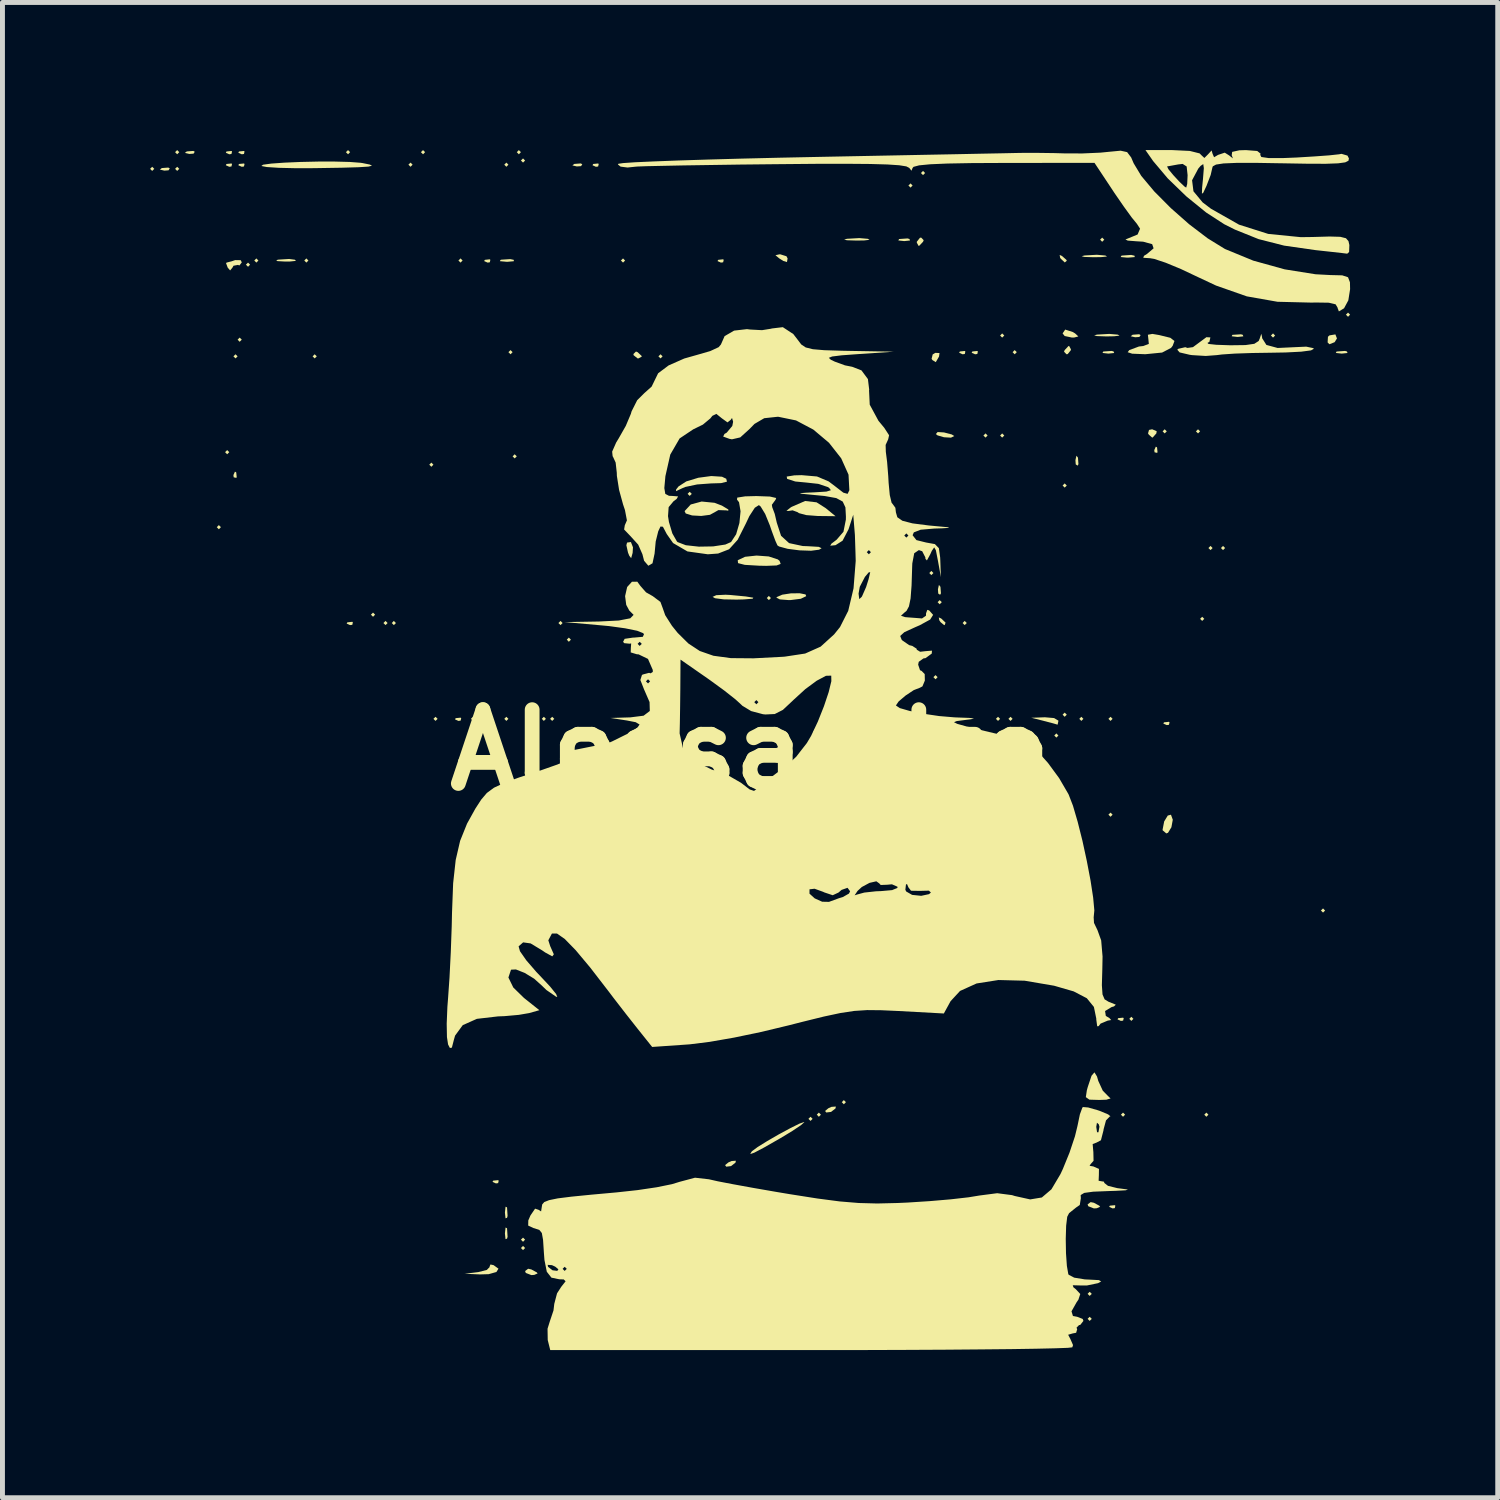
<source format=kicad_pcb>
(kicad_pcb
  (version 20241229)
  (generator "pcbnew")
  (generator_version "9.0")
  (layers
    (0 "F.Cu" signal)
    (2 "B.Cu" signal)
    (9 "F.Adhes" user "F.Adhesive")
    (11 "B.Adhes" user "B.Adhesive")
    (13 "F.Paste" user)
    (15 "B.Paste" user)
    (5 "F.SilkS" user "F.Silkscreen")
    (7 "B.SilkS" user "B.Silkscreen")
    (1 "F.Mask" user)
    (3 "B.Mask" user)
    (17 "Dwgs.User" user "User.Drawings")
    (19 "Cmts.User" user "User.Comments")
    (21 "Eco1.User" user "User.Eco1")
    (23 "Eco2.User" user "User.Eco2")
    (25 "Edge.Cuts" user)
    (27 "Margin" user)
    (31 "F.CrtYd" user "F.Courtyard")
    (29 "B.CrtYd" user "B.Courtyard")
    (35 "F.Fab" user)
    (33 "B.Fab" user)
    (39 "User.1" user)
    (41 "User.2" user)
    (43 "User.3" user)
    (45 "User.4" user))
  (footprint "Alessandro"
    (layer "F.Cu")
    (at 12.192 12.192)
    (property "Reference" "Alessandro" (at 0 0 0) (layer "F.SilkS") (effects (font (size 1.5 1.5) (thickness 0.3))))
    (attr board_only exclude_from_pos_files exclude_from_bom)
    (fp_poly (pts (xy -12.107 -11.811) (xy -12.15 -11.769) (xy -12.192 -11.811) (xy -12.15 -11.853)) (stroke (width 0) (type solid)) (fill yes) (layer "F.SilkS"))
    (fp_poly (pts (xy -11.599 -12.15) (xy -11.642 -12.107) (xy -11.684 -12.15) (xy -11.642 -12.192)) (stroke (width 0) (type solid)) (fill yes) (layer "F.SilkS"))
    (fp_poly (pts (xy -11.599 -11.811) (xy -11.642 -11.769) (xy -11.684 -11.811) (xy -11.642 -11.853)) (stroke (width 0) (type solid)) (fill yes) (layer "F.SilkS"))
    (fp_poly (pts (xy -10.753 -4.53) (xy -10.795 -4.487) (xy -10.837 -4.53) (xy -10.795 -4.572)) (stroke (width 0) (type solid)) (fill yes) (layer "F.SilkS"))
    (fp_poly (pts (xy -10.583 -6.054) (xy -10.626 -6.011) (xy -10.668 -6.054) (xy -10.626 -6.096)) (stroke (width 0) (type solid)) (fill yes) (layer "F.SilkS"))
    (fp_poly (pts (xy -10.414 -8.001) (xy -10.456 -7.959) (xy -10.499 -8.001) (xy -10.456 -8.043)) (stroke (width 0) (type solid)) (fill yes) (layer "F.SilkS"))
    (fp_poly (pts (xy -10.329 -8.34) (xy -10.372 -8.297) (xy -10.414 -8.34) (xy -10.372 -8.382)) (stroke (width 0) (type solid)) (fill yes) (layer "F.SilkS"))
    (fp_poly (pts (xy -10.16 -9.864) (xy -10.202 -9.821) (xy -10.245 -9.864) (xy -10.202 -9.906)) (stroke (width 0) (type solid)) (fill yes) (layer "F.SilkS"))
    (fp_poly (pts (xy -9.991 -9.948) (xy -10.033 -9.906) (xy -10.075 -9.948) (xy -10.033 -9.991)) (stroke (width 0) (type solid)) (fill yes) (layer "F.SilkS"))
    (fp_poly (pts (xy -8.975 -9.948) (xy -9.017 -9.906) (xy -9.059 -9.948) (xy -9.017 -9.991)) (stroke (width 0) (type solid)) (fill yes) (layer "F.SilkS"))
    (fp_poly (pts (xy -8.805 -8.001) (xy -8.848 -7.959) (xy -8.89 -8.001) (xy -8.848 -8.043)) (stroke (width 0) (type solid)) (fill yes) (layer "F.SilkS"))
    (fp_poly (pts (xy -8.128 -12.15) (xy -8.17 -12.107) (xy -8.213 -12.15) (xy -8.17 -12.192)) (stroke (width 0) (type solid)) (fill yes) (layer "F.SilkS"))
    (fp_poly (pts (xy -7.62 -2.752) (xy -7.662 -2.709) (xy -7.705 -2.752) (xy -7.662 -2.794)) (stroke (width 0) (type solid)) (fill yes) (layer "F.SilkS"))
    (fp_poly (pts (xy -7.366 -2.582) (xy -7.408 -2.54) (xy -7.451 -2.582) (xy -7.408 -2.625)) (stroke (width 0) (type solid)) (fill yes) (layer "F.SilkS"))
    (fp_poly (pts (xy -7.197 -2.582) (xy -7.239 -2.54) (xy -7.281 -2.582) (xy -7.239 -2.625)) (stroke (width 0) (type solid)) (fill yes) (layer "F.SilkS"))
    (fp_poly (pts (xy -6.858 -11.896) (xy -6.9 -11.853) (xy -6.943 -11.896) (xy -6.9 -11.938)) (stroke (width 0) (type solid)) (fill yes) (layer "F.SilkS"))
    (fp_poly (pts (xy -6.604 -12.15) (xy -6.646 -12.107) (xy -6.689 -12.15) (xy -6.646 -12.192)) (stroke (width 0) (type solid)) (fill yes) (layer "F.SilkS"))
    (fp_poly (pts (xy -6.435 -5.8) (xy -6.477 -5.757) (xy -6.519 -5.8) (xy -6.477 -5.842)) (stroke (width 0) (type solid)) (fill yes) (layer "F.SilkS"))
    (fp_poly (pts (xy -6.35 -0.635) (xy -6.392 -0.593) (xy -6.435 -0.635) (xy -6.392 -0.677)) (stroke (width 0) (type solid)) (fill yes) (layer "F.SilkS"))
    (fp_poly (pts (xy -5.842 -9.948) (xy -5.884 -9.906) (xy -5.927 -9.948) (xy -5.884 -9.991)) (stroke (width 0) (type solid)) (fill yes) (layer "F.SilkS"))
    (fp_poly (pts (xy -5.588 -0.635) (xy -5.63 -0.593) (xy -5.673 -0.635) (xy -5.63 -0.677)) (stroke (width 0) (type solid)) (fill yes) (layer "F.SilkS"))
    (fp_poly (pts (xy -4.911 -11.896) (xy -4.953 -11.853) (xy -4.995 -11.896) (xy -4.953 -11.938)) (stroke (width 0) (type solid)) (fill yes) (layer "F.SilkS"))
    (fp_poly (pts (xy -4.911 -0.635) (xy -4.953 -0.593) (xy -4.995 -0.635) (xy -4.953 -0.677)) (stroke (width 0) (type solid)) (fill yes) (layer "F.SilkS"))
    (fp_poly (pts (xy -4.826 -8.086) (xy -4.868 -8.043) (xy -4.911 -8.086) (xy -4.868 -8.128)) (stroke (width 0) (type solid)) (fill yes) (layer "F.SilkS"))
    (fp_poly (pts (xy -4.741 -5.969) (xy -4.784 -5.927) (xy -4.826 -5.969) (xy -4.784 -6.011)) (stroke (width 0) (type solid)) (fill yes) (layer "F.SilkS"))
    (fp_poly (pts (xy -4.657 -12.15) (xy -4.699 -12.107) (xy -4.741 -12.15) (xy -4.699 -12.192)) (stroke (width 0) (type solid)) (fill yes) (layer "F.SilkS"))
    (fp_poly (pts (xy -4.572 -11.98) (xy -4.614 -11.938) (xy -4.657 -11.98) (xy -4.614 -12.023)) (stroke (width 0) (type solid)) (fill yes) (layer "F.SilkS"))
    (fp_poly (pts (xy -4.572 9.948) (xy -4.614 9.991) (xy -4.657 9.948) (xy -4.614 9.906)) (stroke (width 0) (type solid)) (fill yes) (layer "F.SilkS"))
    (fp_poly (pts (xy -4.572 10.118) (xy -4.614 10.16) (xy -4.657 10.118) (xy -4.614 10.075)) (stroke (width 0) (type solid)) (fill yes) (layer "F.SilkS"))
    (fp_poly (pts (xy -4.149 -0.635) (xy -4.191 -0.593) (xy -4.233 -0.635) (xy -4.191 -0.677)) (stroke (width 0) (type solid)) (fill yes) (layer "F.SilkS"))
    (fp_poly (pts (xy -3.979 -0.635) (xy -4.022 -0.593) (xy -4.064 -0.635) (xy -4.022 -0.677)) (stroke (width 0) (type solid)) (fill yes) (layer "F.SilkS"))
    (fp_poly (pts (xy -3.81 -2.582) (xy -3.852 -2.54) (xy -3.895 -2.582) (xy -3.852 -2.625)) (stroke (width 0) (type solid)) (fill yes) (layer "F.SilkS"))
    (fp_poly (pts (xy -3.641 -2.244) (xy -3.683 -2.201) (xy -3.725 -2.244) (xy -3.683 -2.286)) (stroke (width 0) (type solid)) (fill yes) (layer "F.SilkS"))
    (fp_poly (pts (xy -2.54 -9.948) (xy -2.582 -9.906) (xy -2.625 -9.948) (xy -2.582 -9.991)) (stroke (width 0) (type solid)) (fill yes) (layer "F.SilkS"))
    (fp_poly (pts (xy -1.778 -8.001) (xy -1.82 -7.959) (xy -1.863 -8.001) (xy -1.82 -8.043)) (stroke (width 0) (type solid)) (fill yes) (layer "F.SilkS"))
    (fp_poly (pts (xy -1.185 -5.207) (xy -1.228 -5.165) (xy -1.27 -5.207) (xy -1.228 -5.249)) (stroke (width 0) (type solid)) (fill yes) (layer "F.SilkS"))
    (fp_poly (pts (xy 0.423 -3.09) (xy 0.381 -3.048) (xy 0.339 -3.09) (xy 0.381 -3.133)) (stroke (width 0) (type solid)) (fill yes) (layer "F.SilkS"))
    (fp_poly (pts (xy 1.27 7.493) (xy 1.228 7.535) (xy 1.185 7.493) (xy 1.228 7.451)) (stroke (width 0) (type solid)) (fill yes) (layer "F.SilkS"))
    (fp_poly (pts (xy 1.439 7.408) (xy 1.397 7.451) (xy 1.355 7.408) (xy 1.397 7.366)) (stroke (width 0) (type solid)) (fill yes) (layer "F.SilkS"))
    (fp_poly (pts (xy 1.947 7.154) (xy 1.905 7.197) (xy 1.863 7.154) (xy 1.905 7.112)) (stroke (width 0) (type solid)) (fill yes) (layer "F.SilkS"))
    (fp_poly (pts (xy 3.302 -11.472) (xy 3.26 -11.43) (xy 3.217 -11.472) (xy 3.26 -11.515)) (stroke (width 0) (type solid)) (fill yes) (layer "F.SilkS"))
    (fp_poly (pts (xy 3.556 -11.726) (xy 3.514 -11.684) (xy 3.471 -11.726) (xy 3.514 -11.769)) (stroke (width 0) (type solid)) (fill yes) (layer "F.SilkS"))
    (fp_poly (pts (xy 3.725 -3.598) (xy 3.683 -3.556) (xy 3.641 -3.598) (xy 3.683 -3.641)) (stroke (width 0) (type solid)) (fill yes) (layer "F.SilkS"))
    (fp_poly (pts (xy 3.81 -1.482) (xy 3.768 -1.439) (xy 3.725 -1.482) (xy 3.768 -1.524)) (stroke (width 0) (type solid)) (fill yes) (layer "F.SilkS"))
    (fp_poly (pts (xy 3.895 -3.006) (xy 3.852 -2.963) (xy 3.81 -3.006) (xy 3.852 -3.048)) (stroke (width 0) (type solid)) (fill yes) (layer "F.SilkS"))
    (fp_poly (pts (xy 4.403 -2.582) (xy 4.36 -2.54) (xy 4.318 -2.582) (xy 4.36 -2.625)) (stroke (width 0) (type solid)) (fill yes) (layer "F.SilkS"))
    (fp_poly (pts (xy 4.826 -6.392) (xy 4.784 -6.35) (xy 4.741 -6.392) (xy 4.784 -6.435)) (stroke (width 0) (type solid)) (fill yes) (layer "F.SilkS"))
    (fp_poly (pts (xy 5.08 -0.635) (xy 5.038 -0.593) (xy 4.995 -0.635) (xy 5.038 -0.677)) (stroke (width 0) (type solid)) (fill yes) (layer "F.SilkS"))
    (fp_poly (pts (xy 5.165 -8.424) (xy 5.122 -8.382) (xy 5.08 -8.424) (xy 5.122 -8.467)) (stroke (width 0) (type solid)) (fill yes) (layer "F.SilkS"))
    (fp_poly (pts (xy 5.165 -6.392) (xy 5.122 -6.35) (xy 5.08 -6.392) (xy 5.122 -6.435)) (stroke (width 0) (type solid)) (fill yes) (layer "F.SilkS"))
    (fp_poly (pts (xy 5.334 -0.635) (xy 5.292 -0.593) (xy 5.249 -0.635) (xy 5.292 -0.677)) (stroke (width 0) (type solid)) (fill yes) (layer "F.SilkS"))
    (fp_poly (pts (xy 5.419 -8.086) (xy 5.376 -8.043) (xy 5.334 -8.086) (xy 5.376 -8.128)) (stroke (width 0) (type solid)) (fill yes) (layer "F.SilkS"))
    (fp_poly (pts (xy 6.265 -0.296) (xy 6.223 -0.254) (xy 6.181 -0.296) (xy 6.223 -0.339)) (stroke (width 0) (type solid)) (fill yes) (layer "F.SilkS"))
    (fp_poly (pts (xy 6.435 -5.376) (xy 6.392 -5.334) (xy 6.35 -5.376) (xy 6.392 -5.419)) (stroke (width 0) (type solid)) (fill yes) (layer "F.SilkS"))
    (fp_poly (pts (xy 6.435 -0.72) (xy 6.392 -0.677) (xy 6.35 -0.72) (xy 6.392 -0.762)) (stroke (width 0) (type solid)) (fill yes) (layer "F.SilkS"))
    (fp_poly (pts (xy 6.773 -0.635) (xy 6.731 -0.593) (xy 6.689 -0.635) (xy 6.731 -0.677)) (stroke (width 0) (type solid)) (fill yes) (layer "F.SilkS"))
    (fp_poly (pts (xy 6.943 11.049) (xy 6.9 11.091) (xy 6.858 11.049) (xy 6.9 11.007)) (stroke (width 0) (type solid)) (fill yes) (layer "F.SilkS"))
    (fp_poly (pts (xy 6.943 11.557) (xy 6.9 11.599) (xy 6.858 11.557) (xy 6.9 11.515)) (stroke (width 0) (type solid)) (fill yes) (layer "F.SilkS"))
    (fp_poly (pts (xy 7.197 -10.372) (xy 7.154 -10.329) (xy 7.112 -10.372) (xy 7.154 -10.414)) (stroke (width 0) (type solid)) (fill yes) (layer "F.SilkS"))
    (fp_poly (pts (xy 7.366 -0.635) (xy 7.324 -0.593) (xy 7.281 -0.635) (xy 7.324 -0.677)) (stroke (width 0) (type solid)) (fill yes) (layer "F.SilkS"))
    (fp_poly (pts (xy 7.366 1.312) (xy 7.324 1.355) (xy 7.281 1.312) (xy 7.324 1.27)) (stroke (width 0) (type solid)) (fill yes) (layer "F.SilkS"))
    (fp_poly (pts (xy 7.62 7.408) (xy 7.578 7.451) (xy 7.535 7.408) (xy 7.578 7.366)) (stroke (width 0) (type solid)) (fill yes) (layer "F.SilkS"))
    (fp_poly (pts (xy 7.789 5.461) (xy 7.747 5.503) (xy 7.705 5.461) (xy 7.747 5.419)) (stroke (width 0) (type solid)) (fill yes) (layer "F.SilkS"))
    (fp_poly (pts (xy 8.467 -6.477) (xy 8.424 -6.435) (xy 8.382 -6.477) (xy 8.424 -6.519)) (stroke (width 0) (type solid)) (fill yes) (layer "F.SilkS"))
    (fp_poly (pts (xy 9.144 -6.477) (xy 9.102 -6.435) (xy 9.059 -6.477) (xy 9.102 -6.519)) (stroke (width 0) (type solid)) (fill yes) (layer "F.SilkS"))
    (fp_poly (pts (xy 9.229 -2.667) (xy 9.186 -2.625) (xy 9.144 -2.667) (xy 9.186 -2.709)) (stroke (width 0) (type solid)) (fill yes) (layer "F.SilkS"))
    (fp_poly (pts (xy 9.313 7.408) (xy 9.271 7.451) (xy 9.229 7.408) (xy 9.271 7.366)) (stroke (width 0) (type solid)) (fill yes) (layer "F.SilkS"))
    (fp_poly (pts (xy 9.398 -4.106) (xy 9.356 -4.064) (xy 9.313 -4.106) (xy 9.356 -4.149)) (stroke (width 0) (type solid)) (fill yes) (layer "F.SilkS"))
    (fp_poly (pts (xy 9.652 -4.106) (xy 9.61 -4.064) (xy 9.567 -4.106) (xy 9.61 -4.149)) (stroke (width 0) (type solid)) (fill yes) (layer "F.SilkS"))
    (fp_poly (pts (xy 10.668 -8.424) (xy 10.626 -8.382) (xy 10.583 -8.424) (xy 10.626 -8.467)) (stroke (width 0) (type solid)) (fill yes) (layer "F.SilkS"))
    (fp_poly (pts (xy 11.684 3.26) (xy 11.642 3.302) (xy 11.599 3.26) (xy 11.642 3.217)) (stroke (width 0) (type solid)) (fill yes) (layer "F.SilkS"))
    (fp_poly (pts (xy 12.192 -8.848) (xy 12.15 -8.805) (xy 12.107 -8.848) (xy 12.15 -8.89)) (stroke (width 0) (type solid)) (fill yes) (layer "F.SilkS"))
    (fp_poly (pts (xy -11.792 -11.82) (xy -11.817 -11.781) (xy -11.903 -11.775) (xy -11.993 -11.796) (xy -11.954 -11.827) (xy -11.822 -11.837)) (stroke (width 0) (type solid)) (fill yes) (layer "F.SilkS"))
    (fp_poly (pts (xy -11.284 -12.158) (xy -11.309 -12.12) (xy -11.395 -12.114) (xy -11.485 -12.135) (xy -11.446 -12.165) (xy -11.314 -12.175)) (stroke (width 0) (type solid)) (fill yes) (layer "F.SilkS"))
    (fp_poly (pts (xy -10.527 -12.164) (xy -10.539 -12.113) (xy -10.583 -12.107) (xy -10.653 -12.138) (xy -10.64 -12.164) (xy -10.539 -12.174)) (stroke (width 0) (type solid)) (fill yes) (layer "F.SilkS"))
    (fp_poly (pts (xy -10.527 -11.91) (xy -10.539 -11.859) (xy -10.583 -11.853) (xy -10.653 -11.884) (xy -10.64 -11.91) (xy -10.539 -11.92)) (stroke (width 0) (type solid)) (fill yes) (layer "F.SilkS"))
    (fp_poly (pts (xy -10.442 -5.644) (xy -10.432 -5.544) (xy -10.442 -5.532) (xy -10.493 -5.543) (xy -10.499 -5.588) (xy -10.468 -5.658)) (stroke (width 0) (type solid)) (fill yes) (layer "F.SilkS"))
    (fp_poly (pts (xy -10.273 -12.164) (xy -10.285 -12.113) (xy -10.329 -12.107) (xy -10.399 -12.138) (xy -10.386 -12.164) (xy -10.285 -12.174)) (stroke (width 0) (type solid)) (fill yes) (layer "F.SilkS"))
    (fp_poly (pts (xy -10.273 -11.91) (xy -10.285 -11.859) (xy -10.329 -11.853) (xy -10.399 -11.884) (xy -10.386 -11.91) (xy -10.285 -11.92)) (stroke (width 0) (type solid)) (fill yes) (layer "F.SilkS"))
    (fp_poly (pts (xy -8.072 -2.596) (xy -8.083 -2.546) (xy -8.128 -2.54) (xy -8.198 -2.571) (xy -8.184 -2.596) (xy -8.084 -2.607)) (stroke (width 0) (type solid)) (fill yes) (layer "F.SilkS"))
    (fp_poly (pts (xy -5.87 -0.649) (xy -5.882 -0.599) (xy -5.927 -0.593) (xy -5.996 -0.624) (xy -5.983 -0.649) (xy -5.883 -0.659)) (stroke (width 0) (type solid)) (fill yes) (layer "F.SilkS"))
    (fp_poly (pts (xy -5.278 -9.962) (xy -5.289 -9.912) (xy -5.334 -9.906) (xy -5.404 -9.937) (xy -5.39 -9.962) (xy -5.29 -9.973)) (stroke (width 0) (type solid)) (fill yes) (layer "F.SilkS"))
    (fp_poly (pts (xy -5.108 8.749) (xy -5.12 8.799) (xy -5.165 8.805) (xy -5.234 8.774) (xy -5.221 8.749) (xy -5.121 8.739)) (stroke (width 0) (type solid)) (fill yes) (layer "F.SilkS"))
    (fp_poly (pts (xy -4.939 9.292) (xy -4.928 9.466) (xy -4.939 9.504) (xy -4.97 9.514) (xy -4.982 9.398) (xy -4.969 9.278)) (stroke (width 0) (type solid)) (fill yes) (layer "F.SilkS"))
    (fp_poly (pts (xy -4.939 9.716) (xy -4.928 9.889) (xy -4.939 9.927) (xy -4.97 9.938) (xy -4.982 9.821) (xy -4.969 9.701)) (stroke (width 0) (type solid)) (fill yes) (layer "F.SilkS"))
    (fp_poly (pts (xy -4.431 -0.649) (xy -4.443 -0.599) (xy -4.487 -0.593) (xy -4.557 -0.624) (xy -4.544 -0.649) (xy -4.443 -0.659)) (stroke (width 0) (type solid)) (fill yes) (layer "F.SilkS"))
    (fp_poly (pts (xy -3.41 -11.904) (xy -3.435 -11.866) (xy -3.521 -11.86) (xy -3.611 -11.881) (xy -3.572 -11.911) (xy -3.44 -11.921)) (stroke (width 0) (type solid)) (fill yes) (layer "F.SilkS"))
    (fp_poly (pts (xy -3.076 -11.91) (xy -3.088 -11.859) (xy -3.133 -11.853) (xy -3.202 -11.884) (xy -3.189 -11.91) (xy -3.089 -11.92)) (stroke (width 0) (type solid)) (fill yes) (layer "F.SilkS"))
    (fp_poly (pts (xy -0.536 -9.962) (xy -0.548 -9.912) (xy -0.593 -9.906) (xy -0.662 -9.937) (xy -0.649 -9.962) (xy -0.549 -9.973)) (stroke (width 0) (type solid)) (fill yes) (layer "F.SilkS"))
    (fp_poly (pts (xy 3.239 -10.385) (xy 3.249 -10.355) (xy 3.133 -10.343) (xy 3.012 -10.356) (xy 3.027 -10.385) (xy 3.2 -10.397)) (stroke (width 0) (type solid)) (fill yes) (layer "F.SilkS"))
    (fp_poly (pts (xy 3.868 -3.318) (xy 3.878 -3.186) (xy 3.861 -3.156) (xy 3.823 -3.181) (xy 3.817 -3.267) (xy 3.837 -3.357)) (stroke (width 0) (type solid)) (fill yes) (layer "F.SilkS"))
    (fp_poly (pts (xy 4.374 -8.1) (xy 4.363 -8.049) (xy 4.318 -8.043) (xy 4.248 -8.074) (xy 4.262 -8.1) (xy 4.362 -8.11)) (stroke (width 0) (type solid)) (fill yes) (layer "F.SilkS"))
    (fp_poly (pts (xy 4.628 -8.1) (xy 4.617 -8.049) (xy 4.572 -8.043) (xy 4.502 -8.074) (xy 4.516 -8.1) (xy 4.616 -8.11)) (stroke (width 0) (type solid)) (fill yes) (layer "F.SilkS"))
    (fp_poly (pts (xy 6.662 -5.943) (xy 6.672 -5.81) (xy 6.655 -5.78) (xy 6.617 -5.806) (xy 6.611 -5.891) (xy 6.631 -5.982)) (stroke (width 0) (type solid)) (fill yes) (layer "F.SilkS"))
    (fp_poly (pts (xy 7.387 -8.099) (xy 7.398 -8.069) (xy 7.281 -8.057) (xy 7.161 -8.07) (xy 7.176 -8.099) (xy 7.349 -8.111)) (stroke (width 0) (type solid)) (fill yes) (layer "F.SilkS"))
    (fp_poly (pts (xy 7.422 9.257) (xy 7.411 9.307) (xy 7.366 9.313) (xy 7.296 9.282) (xy 7.31 9.257) (xy 7.41 9.247)) (stroke (width 0) (type solid)) (fill yes) (layer "F.SilkS"))
    (fp_poly (pts (xy 7.592 5.447) (xy 7.58 5.497) (xy 7.535 5.503) (xy 7.466 5.472) (xy 7.479 5.447) (xy 7.579 5.437)) (stroke (width 0) (type solid)) (fill yes) (layer "F.SilkS"))
    (fp_poly (pts (xy 7.936 -8.433) (xy 7.91 -8.395) (xy 7.825 -8.389) (xy 7.734 -8.409) (xy 7.773 -8.44) (xy 7.906 -8.45)) (stroke (width 0) (type solid)) (fill yes) (layer "F.SilkS"))
    (fp_poly (pts (xy 8.269 -6.152) (xy 8.279 -6.052) (xy 8.269 -6.04) (xy 8.219 -6.051) (xy 8.213 -6.096) (xy 8.244 -6.166)) (stroke (width 0) (type solid)) (fill yes) (layer "F.SilkS"))
    (fp_poly (pts (xy 8.523 -0.564) (xy 8.511 -0.514) (xy 8.467 -0.508) (xy 8.397 -0.539) (xy 8.41 -0.564) (xy 8.511 -0.575)) (stroke (width 0) (type solid)) (fill yes) (layer "F.SilkS"))
    (fp_poly (pts (xy 10.012 -8.438) (xy 10.022 -8.407) (xy 9.906 -8.395) (xy 9.786 -8.409) (xy 9.8 -8.438) (xy 9.974 -8.449)) (stroke (width 0) (type solid)) (fill yes) (layer "F.SilkS"))
    (fp_poly (pts (xy 12.129 -8.099) (xy 12.139 -8.069) (xy 12.023 -8.057) (xy 11.902 -8.07) (xy 11.917 -8.099) (xy 12.09 -8.111)) (stroke (width 0) (type solid)) (fill yes) (layer "F.SilkS"))
    (fp_poly (pts (xy -0.297 8.383) (xy -0.387 8.453) (xy -0.485 8.465) (xy -0.508 8.433) (xy -0.442 8.379) (xy -0.377 8.35) (xy -0.289 8.344)) (stroke (width 0) (type solid)) (fill yes) (layer "F.SilkS"))
    (fp_poly (pts (xy 1.735 7.282) (xy 1.645 7.352) (xy 1.547 7.364) (xy 1.524 7.333) (xy 1.59 7.278) (xy 1.655 7.249) (xy 1.743 7.243)) (stroke (width 0) (type solid)) (fill yes) (layer "F.SilkS"))
    (fp_poly (pts (xy 3.849 -8.068) (xy 3.839 -7.997) (xy 3.773 -7.883) (xy 3.704 -7.926) (xy 3.688 -7.95) (xy 3.71 -8.04) (xy 3.764 -8.072)) (stroke (width 0) (type solid)) (fill yes) (layer "F.SilkS"))
    (fp_poly (pts (xy 3.882 -2.675) (xy 3.972 -2.59) (xy 3.954 -2.541) (xy 3.942 -2.54) (xy 3.87 -2.6) (xy 3.844 -2.638) (xy 3.834 -2.696)) (stroke (width 0) (type solid)) (fill yes) (layer "F.SilkS"))
    (fp_poly (pts (xy 6.337 -10.041) (xy 6.427 -9.962) (xy 6.435 -9.943) (xy 6.394 -9.909) (xy 6.311 -9.987) (xy 6.3 -10.004) (xy 6.29 -10.062)) (stroke (width 0) (type solid)) (fill yes) (layer "F.SilkS"))
    (fp_poly (pts (xy 11.925 -8.365) (xy 11.878 -8.289) (xy 11.772 -8.247) (xy 11.735 -8.284) (xy 11.742 -8.399) (xy 11.773 -8.427) (xy 11.893 -8.447)) (stroke (width 0) (type solid)) (fill yes) (layer "F.SilkS"))
    (fp_poly (pts (xy -9.249 -9.964) (xy -9.229 -9.941) (xy -9.351 -9.928) (xy -9.44 -9.927) (xy -9.604 -9.936) (xy -9.629 -9.955) (xy -9.588 -9.966) (xy -9.367 -9.98)) (stroke (width 0) (type solid)) (fill yes) (layer "F.SilkS"))
    (fp_poly (pts (xy -4.803 -9.962) (xy -4.8 -9.934) (xy -4.933 -9.922) (xy -4.953 -9.923) (xy -5.084 -9.935) (xy -5.072 -9.96) (xy -5.057 -9.965) (xy -4.873 -9.977)) (stroke (width 0) (type solid)) (fill yes) (layer "F.SilkS"))
    (fp_poly (pts (xy -4.445 10.553) (xy -4.334 10.613) (xy -4.318 10.635) (xy -4.387 10.664) (xy -4.445 10.668) (xy -4.558 10.624) (xy -4.572 10.586) (xy -4.51 10.539)) (stroke (width 0) (type solid)) (fill yes) (layer "F.SilkS"))
    (fp_poly (pts (xy -2.38 -4.121) (xy -2.387 -4.007) (xy -2.417 -3.9) (xy -2.455 -3.949) (xy -2.481 -4.013) (xy -2.514 -4.163) (xy -2.5 -4.217) (xy -2.422 -4.228)) (stroke (width 0) (type solid)) (fill yes) (layer "F.SilkS"))
    (fp_poly (pts (xy -2.286 -8.086) (xy -2.205 -8.01) (xy -2.201 -7.996) (xy -2.267 -7.96) (xy -2.286 -7.959) (xy -2.367 -8.024) (xy -2.371 -8.048) (xy -2.319 -8.099)) (stroke (width 0) (type solid)) (fill yes) (layer "F.SilkS"))
    (fp_poly (pts (xy 0.739 -10.035) (xy 0.762 -9.991) (xy 0.749 -9.917) (xy 0.676 -9.939) (xy 0.593 -9.991) (xy 0.515 -10.056) (xy 0.595 -10.074) (xy 0.614 -10.074)) (stroke (width 0) (type solid)) (fill yes) (layer "F.SilkS"))
    (fp_poly (pts (xy 2.393 -10.389) (xy 2.427 -10.369) (xy 2.316 -10.356) (xy 2.159 -10.354) (xy 1.967 -10.36) (xy 1.911 -10.375) (xy 1.97 -10.39) (xy 2.22 -10.404)) (stroke (width 0) (type solid)) (fill yes) (layer "F.SilkS"))
    (fp_poly (pts (xy 3.527 -10.362) (xy 3.514 -10.329) (xy 3.438 -10.249) (xy 3.424 -10.245) (xy 3.388 -10.31) (xy 3.387 -10.329) (xy 3.452 -10.411) (xy 3.476 -10.414)) (stroke (width 0) (type solid)) (fill yes) (layer "F.SilkS"))
    (fp_poly (pts (xy 3.94 -6.455) (xy 4.097 -6.414) (xy 4.149 -6.382) (xy 4.082 -6.349) (xy 3.94 -6.357) (xy 3.809 -6.395) (xy 3.775 -6.422) (xy 3.81 -6.463)) (stroke (width 0) (type solid)) (fill yes) (layer "F.SilkS"))
    (fp_poly (pts (xy 6.518 -8.147) (xy 6.519 -8.128) (xy 6.454 -8.047) (xy 6.43 -8.043) (xy 6.379 -8.095) (xy 6.392 -8.128) (xy 6.468 -8.209) (xy 6.482 -8.213)) (stroke (width 0) (type solid)) (fill yes) (layer "F.SilkS"))
    (fp_poly (pts (xy 6.558 -8.495) (xy 6.604 -8.467) (xy 6.67 -8.405) (xy 6.586 -8.384) (xy 6.54 -8.383) (xy 6.392 -8.414) (xy 6.35 -8.467) (xy 6.403 -8.545)) (stroke (width 0) (type solid)) (fill yes) (layer "F.SilkS"))
    (fp_poly (pts (xy 6.985 9.198) (xy 7.096 9.258) (xy 7.112 9.28) (xy 7.043 9.31) (xy 6.985 9.313) (xy 6.872 9.269) (xy 6.858 9.231) (xy 6.92 9.185)) (stroke (width 0) (type solid)) (fill yes) (layer "F.SilkS"))
    (fp_poly (pts (xy 7.219 -10.05) (xy 7.253 -10.03) (xy 7.142 -10.018) (xy 6.985 -10.015) (xy 6.793 -10.021) (xy 6.737 -10.036) (xy 6.796 -10.051) (xy 7.046 -10.065)) (stroke (width 0) (type solid)) (fill yes) (layer "F.SilkS"))
    (fp_poly (pts (xy 7.473 -8.442) (xy 7.507 -8.422) (xy 7.396 -8.409) (xy 7.239 -8.406) (xy 7.047 -8.413) (xy 6.991 -8.428) (xy 7.05 -8.443) (xy 7.3 -8.457)) (stroke (width 0) (type solid)) (fill yes) (layer "F.SilkS"))
    (fp_poly (pts (xy 7.812 -10.046) (xy 7.815 -10.018) (xy 7.682 -10.007) (xy 7.662 -10.007) (xy 7.531 -10.019) (xy 7.544 -10.045) (xy 7.558 -10.049) (xy 7.743 -10.062)) (stroke (width 0) (type solid)) (fill yes) (layer "F.SilkS"))
    (fp_poly (pts (xy 8.262 -6.48) (xy 8.255 -6.435) (xy 8.183 -6.354) (xy 8.17 -6.35) (xy 8.103 -6.409) (xy 8.086 -6.435) (xy 8.106 -6.506) (xy 8.17 -6.519)) (stroke (width 0) (type solid)) (fill yes) (layer "F.SilkS"))
    (fp_poly (pts (xy 8.589 1.415) (xy 8.561 1.568) (xy 8.492 1.68) (xy 8.457 1.693) (xy 8.383 1.63) (xy 8.382 1.616) (xy 8.414 1.45) (xy 8.487 1.33) (xy 8.552 1.313)) (stroke (width 0) (type solid)) (fill yes) (layer "F.SilkS"))
    (fp_poly (pts (xy 6.177 -0.651) (xy 6.264 -0.599) (xy 6.265 -0.593) (xy 6.249 -0.518) (xy 6.244 -0.518) (xy 6.156 -0.544) (xy 5.974 -0.591) (xy 5.969 -0.593) (xy 5.715 -0.657) (xy 5.99 -0.667)) (stroke (width 0) (type solid)) (fill yes) (layer "F.SilkS"))
    (fp_poly (pts (xy -5.212 10.466) (xy -5.113 10.538) (xy -5.155 10.605) (xy -5.312 10.649) (xy -5.487 10.654) (xy -5.8 10.641) (xy -5.523 10.607) (xy -5.35 10.563) (xy -5.291 10.503) (xy -5.294 10.494) (xy -5.276 10.452)) (stroke (width 0) (type solid)) (fill yes) (layer "F.SilkS"))
    (fp_poly (pts (xy -0.402 -3.152) (xy -0.087 -3.122) (xy 0.065 -3.097) (xy 0.052 -3.076) (xy -0.127 -3.062) (xy -0.275 -3.058) (xy -0.537 -3.063) (xy -0.713 -3.086) (xy -0.762 -3.114) (xy -0.687 -3.148) (xy -0.498 -3.157)) (stroke (width 0) (type solid)) (fill yes) (layer "F.SilkS"))
    (fp_poly (pts (xy 1.127 -3.163) (xy 1.14 -3.128) (xy 1.03 -3.075) (xy 0.824 -3.049) (xy 0.785 -3.048) (xy 0.604 -3.062) (xy 0.535 -3.098) (xy 0.541 -3.109) (xy 0.653 -3.158) (xy 0.829 -3.185) (xy 1.008 -3.187)) (stroke (width 0) (type solid)) (fill yes) (layer "F.SilkS"))
    (fp_poly (pts (xy -10.35 -9.955) (xy -10.329 -9.91) (xy -10.377 -9.848) (xy -10.407 -9.859) (xy -10.498 -9.842) (xy -10.518 -9.805) (xy -10.566 -9.747) (xy -10.615 -9.804) (xy -10.649 -9.895) (xy -10.638 -9.906) (xy -10.533 -9.933) (xy -10.463 -9.957)) (stroke (width 0) (type solid)) (fill yes) (layer "F.SilkS"))
    (fp_poly (pts (xy 0.378 -3.935) (xy 0.563 -3.875) (xy 0.599 -3.845) (xy 0.621 -3.783) (xy 0.539 -3.752) (xy 0.327 -3.744) (xy 0.181 -3.747) (xy -0.107 -3.764) (xy -0.245 -3.799) (xy -0.251 -3.856) (xy -0.249 -3.859) (xy -0.103 -3.928) (xy 0.131 -3.953)) (stroke (width 0) (type solid)) (fill yes) (layer "F.SilkS"))
    (fp_poly (pts (xy 1.35 -5.035) (xy 1.536 -4.917) (xy 1.736 -4.753) (xy 1.375 -4.757) (xy 1.142 -4.775) (xy 0.992 -4.815) (xy 0.97 -4.832) (xy 0.864 -4.872) (xy 0.78 -4.859) (xy 0.738 -4.863) (xy 0.828 -4.933) (xy 0.847 -4.944) (xy 1.118 -5.062)) (stroke (width 0) (type solid)) (fill yes) (layer "F.SilkS"))
    (fp_poly (pts (xy 7.049 6.632) (xy 7.075 6.722) (xy 7.166 6.92) (xy 7.27 7.026) (xy 7.325 7.079) (xy 7.239 7.104) (xy 7.097 7.109) (xy 6.894 7.103) (xy 6.822 7.052) (xy 6.843 6.912) (xy 6.861 6.847) (xy 6.938 6.617) (xy 6.997 6.548)) (stroke (width 0) (type solid)) (fill yes) (layer "F.SilkS"))
    (fp_poly (pts (xy -0.722 -5.025) (xy -0.573 -4.968) (xy -0.442 -4.889) (xy -0.443 -4.864) (xy -0.48 -4.871) (xy -0.644 -4.877) (xy -0.712 -4.838) (xy -0.816 -4.781) (xy -0.993 -4.758) (xy -1.178 -4.768) (xy -1.308 -4.808) (xy -1.331 -4.856) (xy -1.206 -4.991) (xy -0.984 -5.051)) (stroke (width 0) (type solid)) (fill yes) (layer "F.SilkS"))
    (fp_poly (pts (xy -0.571 -5.555) (xy -0.485 -5.514) (xy -0.47 -5.455) (xy -0.59 -5.425) (xy -0.793 -5.419) (xy -1.077 -5.398) (xy -1.317 -5.347) (xy -1.381 -5.32) (xy -1.506 -5.261) (xy -1.503 -5.296) (xy -1.454 -5.358) (xy -1.296 -5.46) (xy -1.052 -5.534) (xy -0.789 -5.569)) (stroke (width 0) (type solid)) (fill yes) (layer "F.SilkS"))
    (fp_poly (pts (xy 1.101 7.562) (xy 1.033 7.622) (xy 0.857 7.74) (xy 0.614 7.887) (xy 0.283 8.076) (xy 0.084 8.181) (xy 0.003 8.208) (xy 0.028 8.163) (xy 0.042 8.148) (xy 0.154 8.065) (xy 0.349 7.944) (xy 0.584 7.808) (xy 0.816 7.683) (xy 1.001 7.591) (xy 1.096 7.558)) (stroke (width 0) (type solid)) (fill yes) (layer "F.SilkS"))
    (fp_poly (pts (xy 8.311 -8.434) (xy 8.539 -8.378) (xy 8.623 -8.313) (xy 8.587 -8.216) (xy 8.553 -8.172) (xy 8.372 -8.078) (xy 8.038 -8.045) (xy 8.012 -8.045) (xy 7.764 -8.055) (xy 7.672 -8.085) (xy 7.705 -8.128) (xy 7.901 -8.201) (xy 7.989 -8.211) (xy 8.102 -8.254) (xy 8.093 -8.351) (xy 8.083 -8.44) (xy 8.175 -8.457)) (stroke (width 0) (type solid)) (fill yes) (layer "F.SilkS"))
    (fp_poly (pts (xy -8.133 -11.951) (xy -7.912 -11.934) (xy -7.874 -11.928) (xy -7.727 -11.898) (xy -7.683 -11.875) (xy -7.754 -11.857) (xy -7.955 -11.844) (xy -8.298 -11.834) (xy -8.797 -11.826) (xy -8.834 -11.825) (xy -9.235 -11.824) (xy -9.576 -11.832) (xy -9.821 -11.848) (xy -9.931 -11.869) (xy -9.897 -11.895) (xy -9.729 -11.918) (xy -9.463 -11.937) (xy -9.135 -11.951) (xy -8.78 -11.959) (xy -8.434 -11.959)) (stroke (width 0) (type solid)) (fill yes) (layer "F.SilkS"))
    (fp_poly (pts (xy 10.403 -8.392) (xy 10.404 -8.371) (xy 10.491 -8.233) (xy 10.72 -8.171) (xy 11.08 -8.188) (xy 11.301 -8.198) (xy 11.44 -8.169) (xy 11.456 -8.155) (xy 11.397 -8.122) (xy 11.198 -8.096) (xy 10.884 -8.08) (xy 10.599 -8.075) (xy 10.202 -8.069) (xy 9.849 -8.057) (xy 9.587 -8.039) (xy 9.483 -8.026) (xy 9.258 -8.009) (xy 8.98 -8.026) (xy 8.932 -8.033) (xy 8.728 -8.081) (xy 8.68 -8.136) (xy 8.7 -8.154) (xy 8.843 -8.187) (xy 8.887 -8.172) (xy 8.999 -8.188) (xy 9.138 -8.291) (xy 9.272 -8.39) (xy 9.353 -8.386) (xy 9.333 -8.296) (xy 9.293 -8.273) (xy 9.315 -8.253) (xy 9.472 -8.236) (xy 9.732 -8.227) (xy 9.752 -8.226) (xy 10.065 -8.23) (xy 10.246 -8.256) (xy 10.334 -8.313) (xy 10.356 -8.364) (xy 10.388 -8.46)) (stroke (width 0) (type solid)) (fill yes) (layer "F.SilkS"))
    (fp_poly (pts (xy 8.935 -12.175) (xy 9.134 -12.125) (xy 9.173 -12.086) (xy 9.231 -12.032) (xy 9.306 -12.107) (xy 9.378 -12.185) (xy 9.397 -12.118) (xy 9.428 -12.047) (xy 9.51 -12.095) (xy 9.645 -12.14) (xy 9.734 -12.084) (xy 9.811 -12.023) (xy 9.787 -12.086) (xy 9.786 -12.086) (xy 9.796 -12.156) (xy 9.941 -12.188) (xy 10.075 -12.192) (xy 10.305 -12.174) (xy 10.374 -12.119) (xy 10.365 -12.097) (xy 10.388 -12.052) (xy 10.537 -12.03) (xy 10.828 -12.03) (xy 11.101 -12.041) (xy 11.462 -12.063) (xy 11.766 -12.085) (xy 11.969 -12.107) (xy 12.018 -12.116) (xy 12.139 -12.08) (xy 12.168 -12.023) (xy 12.159 -11.976) (xy 12.093 -11.943) (xy 11.948 -11.923) (xy 11.701 -11.914) (xy 11.33 -11.915) (xy 10.812 -11.924) (xy 10.797 -11.924) (xy 10.263 -11.933) (xy 9.878 -11.932) (xy 9.62 -11.921) (xy 9.468 -11.898) (xy 9.402 -11.862) (xy 9.394 -11.839) (xy 9.359 -11.687) (xy 9.278 -11.476) (xy 9.277 -11.472) (xy 9.208 -11.325) (xy 9.181 -11.306) (xy 9.185 -11.43) (xy 9.202 -11.599) (xy 9.22 -11.825) (xy 9.208 -11.908) (xy 9.154 -11.871) (xy 9.107 -11.816) (xy 8.981 -11.579) (xy 9.009 -11.355) (xy 9.196 -11.129) (xy 9.363 -11.002) (xy 9.935 -10.677) (xy 10.528 -10.489) (xy 11.19 -10.423) (xy 11.426 -10.426) (xy 11.776 -10.436) (xy 11.992 -10.43) (xy 12.108 -10.401) (xy 12.159 -10.342) (xy 12.177 -10.263) (xy 12.172 -10.122) (xy 12.134 -10.087) (xy 12.021 -10.101) (xy 11.788 -10.127) (xy 11.486 -10.16) (xy 11.472 -10.162) (xy 10.852 -10.251) (xy 10.333 -10.383) (xy 9.851 -10.577) (xy 9.634 -10.686) (xy 9.267 -10.924) (xy 8.865 -11.251) (xy 8.486 -11.618) (xy 8.282 -11.86) (xy 8.473 -11.86) (xy 8.5 -11.804) (xy 8.6 -11.683) (xy 8.726 -11.547) (xy 8.83 -11.449) (xy 8.862 -11.43) (xy 8.882 -11.504) (xy 8.89 -11.681) (xy 8.89 -11.683) (xy 8.871 -11.859) (xy 8.79 -11.911) (xy 8.7 -11.901) (xy 8.535 -11.871) (xy 8.473 -11.86) (xy 8.282 -11.86) (xy 8.188 -11.971) (xy 8.167 -12.002) (xy 8.034 -12.192) (xy 8.582 -12.192)) (stroke (width 0) (type solid)) (fill yes) (layer "F.SilkS"))
    (fp_poly (pts (xy 7.661 -12.151) (xy 7.743 -12.043) (xy 7.794 -11.924) (xy 7.949 -11.667) (xy 8.213 -11.352) (xy 8.549 -11.014) (xy 8.922 -10.685) (xy 9.298 -10.399) (xy 9.64 -10.188) (xy 9.655 -10.18) (xy 10.224 -9.946) (xy 10.862 -9.769) (xy 11.489 -9.669) (xy 11.79 -9.653) (xy 12.032 -9.647) (xy 12.15 -9.608) (xy 12.189 -9.506) (xy 12.192 -9.366) (xy 12.156 -9.139) (xy 12.07 -8.979) (xy 12.065 -8.975) (xy 11.964 -8.914) (xy 11.938 -8.984) (xy 11.938 -8.99) (xy 11.898 -9.058) (xy 11.759 -9.091) (xy 11.489 -9.095) (xy 11.409 -9.093) (xy 10.717 -9.11) (xy 10.093 -9.22) (xy 9.469 -9.439) (xy 9.102 -9.611) (xy 8.755 -9.775) (xy 8.443 -9.904) (xy 8.211 -9.981) (xy 8.128 -9.995) (xy 7.989 -10.004) (xy 8.004 -10.044) (xy 8.065 -10.082) (xy 8.199 -10.196) (xy 8.17 -10.281) (xy 7.986 -10.331) (xy 7.853 -10.339) (xy 7.674 -10.353) (xy 7.627 -10.376) (xy 7.662 -10.39) (xy 7.874 -10.477) (xy 7.924 -10.595) (xy 7.86 -10.694) (xy 7.756 -10.821) (xy 7.593 -11.046) (xy 7.402 -11.323) (xy 7.368 -11.375) (xy 6.998 -11.933) (xy 5.15 -11.931) (xy 4.503 -11.928) (xy 4.01 -11.919) (xy 3.659 -11.904) (xy 3.434 -11.882) (xy 3.321 -11.852) (xy 3.301 -11.828) (xy 3.28 -11.773) (xy 3.233 -11.831) (xy 3.174 -11.861) (xy 3.031 -11.884) (xy 2.79 -11.9) (xy 2.437 -11.91) (xy 1.959 -11.914) (xy 1.34 -11.913) (xy 0.568 -11.906) (xy 0.462 -11.905) (xy -0.201 -11.898) (xy -0.809 -11.889) (xy -1.344 -11.881) (xy -1.783 -11.872) (xy -2.106 -11.865) (xy -2.292 -11.858) (xy -2.328 -11.855) (xy -2.491 -11.838) (xy -2.631 -11.856) (xy -2.686 -11.9) (xy -2.677 -11.914) (xy -2.582 -11.928) (xy -2.335 -11.945) (xy -1.953 -11.962) (xy -1.453 -11.981) (xy -0.853 -12) (xy -0.168 -12.019) (xy 0.583 -12.037) (xy 1.253 -12.051) (xy 2.061 -12.067) (xy 2.829 -12.082) (xy 3.537 -12.096) (xy 4.166 -12.108) (xy 4.698 -12.119) (xy 5.113 -12.127) (xy 5.393 -12.133) (xy 5.503 -12.135) (xy 5.812 -12.136) (xy 6.184 -12.131) (xy 6.392 -12.125) (xy 6.753 -12.124) (xy 7.116 -12.14) (xy 7.289 -12.157) (xy 7.529 -12.18)) (stroke (width 0) (type solid)) (fill yes) (layer "F.SilkS"))
    (fp_poly (pts (xy 6.87 7.262) (xy 7.066 7.318) (xy 7.112 7.334) (xy 7.276 7.403) (xy 7.323 7.442) (xy 7.308 7.446) (xy 7.232 7.524) (xy 7.183 7.706) (xy 7.181 7.726) (xy 7.129 7.928) (xy 7.038 7.976) (xy 6.961 8.005) (xy 6.974 8.159) (xy 6.975 8.16) (xy 6.979 8.346) (xy 6.921 8.411) (xy 6.898 8.447) (xy 6.974 8.46) (xy 7.089 8.51) (xy 7.087 8.636) (xy 7.082 8.751) (xy 7.12 8.758) (xy 7.192 8.77) (xy 7.197 8.795) (xy 7.272 8.854) (xy 7.462 8.901) (xy 7.556 8.913) (xy 7.678 8.93) (xy 7.632 8.945) (xy 7.422 8.956) (xy 7.293 8.96) (xy 6.972 8.973) (xy 6.789 8.998) (xy 6.717 9.042) (xy 6.721 9.105) (xy 6.699 9.243) (xy 6.624 9.295) (xy 6.482 9.409) (xy 6.444 9.483) (xy 6.422 9.665) (xy 6.414 9.932) (xy 6.419 10.224) (xy 6.437 10.481) (xy 6.465 10.643) (xy 6.473 10.661) (xy 6.586 10.72) (xy 6.801 10.755) (xy 6.884 10.759) (xy 7.088 10.77) (xy 7.134 10.797) (xy 7.07 10.832) (xy 6.848 10.878) (xy 6.693 10.878) (xy 6.556 10.874) (xy 6.57 10.916) (xy 6.62 10.956) (xy 6.709 11.052) (xy 6.671 11.168) (xy 6.637 11.216) (xy 6.531 11.404) (xy 6.56 11.499) (xy 6.646 11.515) (xy 6.759 11.56) (xy 6.773 11.599) (xy 6.708 11.681) (xy 6.684 11.684) (xy 6.633 11.736) (xy 6.646 11.769) (xy 6.625 11.84) (xy 6.556 11.853) (xy 6.463 11.88) (xy 6.508 11.967) (xy 6.562 12.09) (xy 6.547 12.136) (xy 6.455 12.146) (xy 6.208 12.155) (xy 5.82 12.164) (xy 5.307 12.172) (xy 4.683 12.178) (xy 3.963 12.184) (xy 3.16 12.188) (xy 2.291 12.191) (xy 1.368 12.192) (xy 1.215 12.192) (xy -4.061 12.192) (xy -4.112 11.988) (xy -4.116 11.758) (xy -4.071 11.613) (xy -3.995 11.386) (xy -3.979 11.252) (xy -3.923 11.039) (xy -3.839 10.908) (xy -3.749 10.793) (xy -3.787 10.756) (xy -3.877 10.753) (xy -4.037 10.72) (xy -4.131 10.6) (xy -4.159 10.46) (xy -4.113 10.46) (xy -4.106 10.5) (xy -4.015 10.57) (xy -3.918 10.582) (xy -3.895 10.55) (xy -3.906 10.541) (xy -3.81 10.541) (xy -3.768 10.583) (xy -3.725 10.541) (xy -3.768 10.499) (xy -3.81 10.541) (xy -3.906 10.541) (xy -3.961 10.496) (xy -4.026 10.466) (xy -4.113 10.46) (xy -4.159 10.46) (xy -4.179 10.359) (xy -4.19 10.214) (xy -4.207 9.953) (xy -4.232 9.813) (xy -4.282 9.751) (xy -4.379 9.718) (xy -4.399 9.713) (xy -4.509 9.662) (xy -4.507 9.557) (xy -4.463 9.456) (xy -4.369 9.318) (xy -4.299 9.341) (xy -4.247 9.374) (xy -4.235 9.296) (xy -4.225 9.233) (xy -4.183 9.184) (xy -4.084 9.145) (xy -3.908 9.109) (xy -3.629 9.074) (xy -3.227 9.034) (xy -2.709 8.987) (xy -2.287 8.941) (xy -1.896 8.883) (xy -1.587 8.82) (xy -1.43 8.772) (xy -1.119 8.689) (xy -0.837 8.721) (xy -0.656 8.762) (xy -0.344 8.822) (xy 0.063 8.896) (xy 0.529 8.977) (xy 0.804 9.023) (xy 1.37 9.112) (xy 1.821 9.171) (xy 2.209 9.203) (xy 2.583 9.213) (xy 2.995 9.203) (xy 3.199 9.194) (xy 3.649 9.165) (xy 4.08 9.128) (xy 4.44 9.087) (xy 4.659 9.051) (xy 5.021 9.004) (xy 5.322 9.043) (xy 5.38 9.061) (xy 5.691 9.13) (xy 5.928 9.091) (xy 6.123 8.925) (xy 6.307 8.615) (xy 6.355 8.512) (xy 6.491 8.178) (xy 6.601 7.848) (xy 6.648 7.655) (xy 7.034 7.655) (xy 7.05 7.765) (xy 7.078 7.766) (xy 7.099 7.653) (xy 7.085 7.604) (xy 7.048 7.572) (xy 7.034 7.655) (xy 6.648 7.655) (xy 6.655 7.624) (xy 6.701 7.403) (xy 6.75 7.268) (xy 6.763 7.253)) (stroke (width 0) (type solid)) (fill yes) (layer "F.SilkS"))
    (fp_poly (pts (xy 0.878 -8.454) (xy 0.971 -8.333) (xy 1.04 -8.242) (xy 1.13 -8.182) (xy 1.274 -8.146) (xy 1.506 -8.126) (xy 1.863 -8.115) (xy 2.013 -8.112) (xy 2.921 -8.096) (xy 2.201 -8.047) (xy 1.86 -8.022) (xy 1.667 -7.998) (xy 1.6 -7.971) (xy 1.64 -7.932) (xy 1.72 -7.894) (xy 1.928 -7.818) (xy 2.074 -7.789) (xy 2.263 -7.716) (xy 2.394 -7.539) (xy 2.42 -7.324) (xy 2.417 -7.31) (xy 2.431 -7.019) (xy 2.608 -6.692) (xy 2.726 -6.549) (xy 2.824 -6.398) (xy 2.806 -6.315) (xy 2.754 -6.201) (xy 2.758 -6.061) (xy 2.784 -5.856) (xy 2.807 -5.569) (xy 2.815 -5.428) (xy 2.838 -5.183) (xy 2.875 -5.027) (xy 2.9 -4.996) (xy 2.952 -4.924) (xy 2.963 -4.83) (xy 2.992 -4.731) (xy 3.095 -4.66) (xy 3.3 -4.607) (xy 3.635 -4.564) (xy 3.852 -4.544) (xy 4.022 -4.528) (xy 4.042 -4.516) (xy 3.906 -4.507) (xy 3.747 -4.502) (xy 3.465 -4.478) (xy 3.327 -4.424) (xy 3.302 -4.366) (xy 3.38 -4.267) (xy 3.577 -4.218) (xy 3.755 -4.186) (xy 3.836 -4.103) (xy 3.862 -3.915) (xy 3.865 -3.852) (xy 3.877 -3.514) (xy 3.816 -3.852) (xy 3.775 -4.061) (xy 3.741 -4.12) (xy 3.692 -4.048) (xy 3.661 -3.979) (xy 3.593 -3.854) (xy 3.563 -3.886) (xy 3.561 -3.916) (xy 3.497 -4.041) (xy 3.429 -4.064) (xy 3.335 -4) (xy 3.296 -3.794) (xy 3.294 -3.747) (xy 3.281 -3.346) (xy 3.261 -3.081) (xy 3.228 -2.921) (xy 3.179 -2.83) (xy 3.133 -2.792) (xy 3.066 -2.73) (xy 3.15 -2.702) (xy 3.196 -2.698) (xy 3.397 -2.683) (xy 3.493 -2.675) (xy 3.574 -2.731) (xy 3.575 -2.779) (xy 3.601 -2.85) (xy 3.639 -2.838) (xy 3.719 -2.748) (xy 3.659 -2.653) (xy 3.449 -2.538) (xy 3.352 -2.496) (xy 3.133 -2.395) (xy 3.05 -2.319) (xy 3.08 -2.243) (xy 3.092 -2.23) (xy 3.232 -2.133) (xy 3.296 -2.117) (xy 3.383 -2.061) (xy 3.387 -2.04) (xy 3.455 -1.998) (xy 3.569 -2.011) (xy 3.696 -2.021) (xy 3.691 -1.961) (xy 3.565 -1.869) (xy 3.523 -1.863) (xy 3.427 -1.794) (xy 3.415 -1.736) (xy 3.453 -1.623) (xy 3.485 -1.609) (xy 3.548 -1.545) (xy 3.551 -1.413) (xy 3.502 -1.295) (xy 3.45 -1.267) (xy 3.326 -1.219) (xy 3.16 -1.109) (xy 3.018 -0.988) (xy 2.963 -0.907) (xy 3.04 -0.854) (xy 3.241 -0.796) (xy 3.522 -0.739) (xy 3.839 -0.692) (xy 4.146 -0.666) (xy 4.207 -0.663) (xy 4.458 -0.654) (xy 4.549 -0.643) (xy 4.49 -0.627) (xy 4.36 -0.611) (xy 4.199 -0.59) (xy 4.143 -0.567) (xy 4.21 -0.533) (xy 4.414 -0.476) (xy 4.657 -0.415) (xy 4.982 -0.338) (xy 5.257 -0.282) (xy 5.43 -0.256) (xy 5.443 -0.255) (xy 5.605 -0.186) (xy 5.818 -0.002) (xy 6.053 0.261) (xy 6.279 0.569) (xy 6.466 0.89) (xy 6.474 0.906) (xy 6.561 1.131) (xy 6.656 1.456) (xy 6.753 1.842) (xy 6.842 2.253) (xy 6.918 2.651) (xy 6.971 2.998) (xy 6.995 3.258) (xy 6.982 3.392) (xy 6.981 3.392) (xy 6.988 3.511) (xy 7.059 3.659) (xy 7.134 3.867) (xy 7.162 4.195) (xy 7.157 4.459) (xy 7.148 4.777) (xy 7.161 4.965) (xy 7.204 5.065) (xy 7.288 5.116) (xy 7.312 5.124) (xy 7.431 5.173) (xy 7.394 5.208) (xy 7.345 5.222) (xy 7.213 5.302) (xy 7.228 5.401) (xy 7.303 5.447) (xy 7.337 5.485) (xy 7.267 5.497) (xy 7.121 5.558) (xy 7.083 5.609) (xy 7.053 5.612) (xy 7.035 5.479) (xy 7.034 5.453) (xy 6.986 5.219) (xy 6.842 5.042) (xy 6.575 4.903) (xy 6.178 4.788) (xy 5.579 4.686) (xy 5.046 4.672) (xy 4.602 4.742) (xy 4.266 4.894) (xy 4.074 5.102) (xy 3.937 5.352) (xy 3.022 5.302) (xy 2.667 5.286) (xy 2.379 5.283) (xy 2.117 5.3) (xy 1.838 5.342) (xy 1.5 5.414) (xy 1.062 5.522) (xy 0.792 5.591) (xy 0.231 5.726) (xy -0.325 5.842) (xy -0.825 5.929) (xy -1.219 5.978) (xy -1.256 5.981) (xy -1.99 6.032) (xy -2.286 5.662) (xy -2.523 5.361) (xy -2.776 5.034) (xy -2.869 4.911) (xy -3.247 4.421) (xy -3.543 4.067) (xy -3.766 3.838) (xy -3.923 3.728) (xy -4.023 3.727) (xy -4.029 3.731) (xy -4.1 3.865) (xy -4.062 3.983) (xy -3.988 4.15) (xy -4.02 4.191) (xy -4.164 4.112) (xy -4.225 4.07) (xy -4.46 3.928) (xy -4.612 3.907) (xy -4.704 3.988) (xy -4.676 4.087) (xy -4.548 4.271) (xy -4.345 4.506) (xy -4.265 4.59) (xy -4.063 4.806) (xy -3.942 4.956) (xy -3.918 5.017) (xy -3.944 5.01) (xy -4.139 4.875) (xy -4.234 4.783) (xy -4.388 4.645) (xy -4.582 4.527) (xy -4.759 4.457) (xy -4.858 4.462) (xy -4.911 4.621) (xy -4.812 4.824) (xy -4.596 5.035) (xy -4.282 5.285) (xy -4.49 5.344) (xy -4.7 5.38) (xy -4.99 5.406) (xy -5.122 5.411) (xy -5.552 5.461) (xy -5.839 5.589) (xy -5.995 5.802) (xy -6.019 5.887) (xy -6.06 6.046) (xy -6.1 6.053) (xy -6.137 5.982) (xy -6.16 5.831) (xy -6.165 5.56) (xy -6.151 5.216) (xy -6.138 5.051) (xy -6.108 4.622) (xy -6.082 4.104) (xy -6.063 3.577) (xy -6.057 3.302) (xy -6.039 2.829) (xy 1.207 2.829) (xy 1.207 2.917) (xy 1.313 3.013) (xy 1.464 3.081) (xy 1.603 3.084) (xy 1.606 3.083) (xy 1.805 3.01) (xy 1.884 2.986) (xy 1.946 2.951) (xy 2.124 2.951) (xy 2.177 2.934) (xy 2.32 2.895) (xy 2.558 2.869) (xy 2.662 2.865) (xy 2.887 2.845) (xy 2.902 2.838) (xy 3.155 2.838) (xy 3.172 2.873) (xy 3.292 2.942) (xy 3.477 2.961) (xy 3.636 2.927) (xy 3.674 2.894) (xy 3.633 2.856) (xy 3.477 2.86) (xy 3.467 2.861) (xy 3.27 2.858) (xy 3.217 2.789) (xy 3.188 2.721) (xy 3.167 2.732) (xy 3.155 2.838) (xy 2.902 2.838) (xy 2.994 2.801) (xy 2.994 2.776) (xy 2.882 2.727) (xy 2.784 2.736) (xy 2.654 2.741) (xy 2.625 2.709) (xy 2.565 2.666) (xy 2.426 2.698) (xy 2.27 2.782) (xy 2.183 2.862) (xy 2.124 2.951) (xy 1.946 2.951) (xy 2.009 2.915) (xy 2.032 2.869) (xy 1.98 2.798) (xy 1.858 2.841) (xy 1.797 2.894) (xy 1.679 2.949) (xy 1.506 2.891) (xy 1.484 2.88) (xy 1.31 2.817) (xy 1.207 2.829) (xy -6.039 2.829) (xy -6.034 2.704) (xy -5.982 2.232) (xy -5.892 1.843) (xy -5.752 1.495) (xy -5.582 1.188) (xy -5.463 1.005) (xy -5.349 0.871) (xy -5.204 0.764) (xy -4.996 0.666) (xy -4.691 0.555) (xy -4.294 0.426) (xy -3.95 0.305) (xy -3.557 0.151) (xy -3.155 -0.019) (xy -2.785 -0.186) (xy -2.488 -0.333) (xy -2.479 -0.339) (xy -1.432 -0.339) (xy -1.362 -0.031) (xy -1.14 0.218) (xy -0.776 0.397) (xy -0.697 0.421) (xy -0.424 0.526) (xy -0.185 0.664) (xy -0.169 0.676) (xy -0.01 0.799) (xy 0.079 0.829) (xy 0.169 0.77) (xy 0.245 0.699) (xy 0.419 0.556) (xy 0.651 0.383) (xy 0.715 0.339) (xy 0.937 0.135) (xy 1.153 -0.143) (xy 1.239 -0.288) (xy 1.377 -0.58) (xy 1.501 -0.892) (xy 1.597 -1.179) (xy 1.651 -1.4) (xy 1.649 -1.512) (xy 1.648 -1.513) (xy 1.542 -1.51) (xy 1.354 -1.41) (xy 1.122 -1.239) (xy 0.882 -1.02) (xy 0.869 -1.007) (xy 0.666 -0.817) (xy 0.501 -0.733) (xy 0.312 -0.724) (xy 0.262 -0.729) (xy 0.021 -0.793) (xy -0.159 -0.902) (xy -0.169 -0.913) (xy -0.235 -0.974) (xy 0.085 -0.974) (xy 0.127 -0.931) (xy 0.169 -0.974) (xy 0.127 -1.016) (xy 0.085 -0.974) (xy -0.235 -0.974) (xy -0.298 -1.031) (xy -0.523 -1.209) (xy -0.8 -1.411) (xy -0.855 -1.45) (xy -1.414 -1.839) (xy -1.418 -1.237) (xy -1.422 -0.884) (xy -1.427 -0.556) (xy -1.432 -0.339) (xy -2.479 -0.339) (xy -2.305 -0.442) (xy -2.293 -0.452) (xy -2.246 -0.52) (xy -2.325 -0.567) (xy -2.505 -0.602) (xy -2.836 -0.653) (xy -2.434 -0.665) (xy -2.164 -0.699) (xy -2.038 -0.795) (xy -2.043 -0.976) (xy -2.156 -1.236) (xy -2.219 -1.397) (xy -2.117 -1.397) (xy -2.074 -1.355) (xy -2.032 -1.397) (xy -2.074 -1.439) (xy -2.117 -1.397) (xy -2.219 -1.397) (xy -2.23 -1.424) (xy -2.198 -1.525) (xy -2.181 -1.536) (xy -2.053 -1.57) (xy -2.022 -1.56) (xy -1.977 -1.588) (xy -1.978 -1.629) (xy -2.075 -1.853) (xy -2.267 -1.946) (xy -2.3 -1.947) (xy -2.426 -1.985) (xy -2.423 -2.079) (xy -2.417 -2.159) (xy -2.286 -2.159) (xy -2.244 -2.117) (xy -2.201 -2.159) (xy -2.244 -2.201) (xy -2.286 -2.159) (xy -2.417 -2.159) (xy -2.416 -2.167) (xy -2.45 -2.162) (xy -2.558 -2.173) (xy -2.581 -2.2) (xy -2.549 -2.261) (xy -2.378 -2.286) (xy -2.359 -2.286) (xy -2.18 -2.302) (xy -2.156 -2.355) (xy -2.174 -2.377) (xy -2.295 -2.425) (xy -2.54 -2.475) (xy -2.867 -2.52) (xy -3.016 -2.534) (xy -3.768 -2.601) (xy -3.069 -2.613) (xy -2.669 -2.633) (xy -2.435 -2.678) (xy -2.367 -2.748) (xy -2.455 -2.836) (xy -2.517 -2.951) (xy -2.54 -3.129) (xy -2.498 -3.314) (xy -2.401 -3.421) (xy -2.292 -3.422) (xy -2.229 -3.336) (xy -2.115 -3.206) (xy -1.978 -3.128) (xy -1.822 -3.011) (xy -1.778 -2.892) (xy -1.725 -2.741) (xy -1.588 -2.526) (xy -1.472 -2.382) (xy -1.255 -2.167) (xy -1.023 -2.014) (xy -0.745 -1.917) (xy -0.391 -1.869) (xy 0.069 -1.865) (xy 0.663 -1.896) (xy 0.704 -1.899) (xy 1.119 -1.962) (xy 1.433 -2.102) (xy 1.707 -2.351) (xy 1.827 -2.5) (xy 1.994 -2.83) (xy 2.077 -3.18) (xy 2.204 -3.18) (xy 2.218 -3.068) (xy 2.267 -3.113) (xy 2.278 -3.133) (xy 2.357 -3.313) (xy 2.407 -3.471) (xy 2.441 -3.616) (xy 2.409 -3.61) (xy 2.333 -3.519) (xy 2.229 -3.319) (xy 2.204 -3.18) (xy 2.077 -3.18) (xy 2.102 -3.288) (xy 2.146 -3.843) (xy 2.141 -4.022) (xy 2.371 -4.022) (xy 2.413 -3.979) (xy 2.455 -4.022) (xy 2.413 -4.064) (xy 2.371 -4.022) (xy 2.141 -4.022) (xy 2.13 -4.36) (xy 3.133 -4.36) (xy 3.175 -4.318) (xy 3.217 -4.36) (xy 3.175 -4.403) (xy 3.133 -4.36) (xy 2.13 -4.36) (xy 2.13 -4.366) (xy 2.096 -4.783) (xy 2.001 -4.488) (xy 1.879 -4.255) (xy 1.736 -4.164) (xy 1.628 -4.153) (xy 1.653 -4.195) (xy 1.757 -4.274) (xy 1.897 -4.436) (xy 1.946 -4.683) (xy 1.947 -4.745) (xy 1.937 -4.932) (xy 1.882 -5.05) (xy 1.751 -5.121) (xy 1.51 -5.164) (xy 1.228 -5.191) (xy 1.045 -5.209) (xy 1.01 -5.22) (xy 1.131 -5.23) (xy 1.312 -5.238) (xy 1.551 -5.253) (xy 1.642 -5.281) (xy 1.605 -5.329) (xy 1.58 -5.345) (xy 1.385 -5.41) (xy 1.148 -5.436) (xy 0.918 -5.458) (xy 0.753 -5.511) (xy 0.744 -5.558) (xy 0.9 -5.583) (xy 1.046 -5.587) (xy 1.359 -5.56) (xy 1.596 -5.46) (xy 1.723 -5.364) (xy 1.895 -5.231) (xy 1.981 -5.207) (xy 2.017 -5.28) (xy 2 -5.597) (xy 1.851 -5.929) (xy 1.603 -6.245) (xy 1.286 -6.512) (xy 0.933 -6.699) (xy 0.574 -6.773) (xy 0.557 -6.773) (xy 0.287 -6.744) (xy 0.089 -6.628) (xy -0.012 -6.524) (xy -0.2 -6.354) (xy -0.369 -6.315) (xy -0.421 -6.325) (xy -0.547 -6.371) (xy -0.521 -6.424) (xy -0.475 -6.451) (xy -0.362 -6.586) (xy -0.345 -6.672) (xy -0.367 -6.749) (xy -0.394 -6.711) (xy -0.459 -6.659) (xy -0.573 -6.741) (xy -0.686 -6.832) (xy -0.767 -6.792) (xy -0.808 -6.74) (xy -0.959 -6.614) (xy -1.157 -6.517) (xy -1.432 -6.333) (xy -1.622 -6.005) (xy -1.721 -5.567) (xy -1.743 -5.324) (xy -1.723 -5.206) (xy -1.648 -5.167) (xy -1.588 -5.165) (xy -1.463 -5.155) (xy -1.493 -5.103) (xy -1.557 -5.055) (xy -1.655 -4.937) (xy -1.668 -4.754) (xy -1.649 -4.634) (xy -1.58 -4.403) (xy -1.487 -4.24) (xy -1.474 -4.227) (xy -1.306 -4.163) (xy -1.041 -4.134) (xy -0.751 -4.139) (xy -0.503 -4.177) (xy -0.387 -4.228) (xy -0.284 -4.385) (xy -0.217 -4.615) (xy -0.194 -4.854) (xy -0.225 -5.037) (xy -0.266 -5.089) (xy -0.261 -5.131) (xy -0.101 -5.156) (xy 0.127 -5.162) (xy 0.403 -5.152) (xy 0.53 -5.123) (xy 0.518 -5.088) (xy 0.442 -4.985) (xy 0.45 -4.935) (xy 0.501 -4.799) (xy 0.542 -4.622) (xy 0.629 -4.355) (xy 0.792 -4.206) (xy 1.069 -4.147) (xy 1.175 -4.143) (xy 1.395 -4.13) (xy 1.453 -4.102) (xy 1.402 -4.072) (xy 1.24 -4.051) (xy 1.003 -4.059) (xy 0.763 -4.09) (xy 0.59 -4.137) (xy 0.556 -4.159) (xy 0.514 -4.252) (xy 0.441 -4.449) (xy 0.4 -4.569) (xy 0.306 -4.799) (xy 0.214 -4.95) (xy 0.179 -4.978) (xy 0.096 -4.925) (xy -0.015 -4.755) (xy -0.088 -4.6) (xy -0.253 -4.273) (xy -0.427 -4.081) (xy -0.65 -3.994) (xy -0.859 -3.979) (xy -1.273 -4.037) (xy -1.565 -4.207) (xy -1.694 -4.391) (xy -1.772 -4.539) (xy -1.821 -4.543) (xy -1.867 -4.445) (xy -1.918 -4.239) (xy -1.941 -3.993) (xy -1.983 -3.796) (xy -2.068 -3.746) (xy -2.154 -3.847) (xy -2.188 -3.98) (xy -2.274 -4.175) (xy -2.428 -4.345) (xy -2.56 -4.483) (xy -2.546 -4.569) (xy -2.503 -4.668) (xy -2.543 -4.878) (xy -2.581 -4.991) (xy -2.662 -5.286) (xy -2.707 -5.572) (xy -2.709 -5.636) (xy -2.732 -5.843) (xy -2.788 -5.965) (xy -2.793 -5.968) (xy -2.803 -6.065) (xy -2.721 -6.251) (xy -2.671 -6.333) (xy -2.526 -6.588) (xy -2.423 -6.832) (xy -2.408 -6.884) (xy -2.294 -7.11) (xy -2.149 -7.254) (xy -2.001 -7.386) (xy -1.947 -7.497) (xy -1.869 -7.657) (xy -1.655 -7.817) (xy -1.338 -7.957) (xy -1.066 -8.034) (xy -0.81 -8.108) (xy -0.638 -8.188) (xy -0.593 -8.242) (xy -0.518 -8.412) (xy -0.325 -8.524) (xy -0.063 -8.554) (xy 0 -8.546) (xy 0.242 -8.533) (xy 0.429 -8.563) (xy 0.438 -8.567) (xy 0.665 -8.594)) (stroke (width 0) (type solid)) (fill yes) (layer "F.SilkS")))
  (gr_rect
    (start -3 -3)
    (end 27.384 27.384)
    (stroke (width 0.1) (type default))
    (fill no)
    (layer "Edge.Cuts")))
</source>
